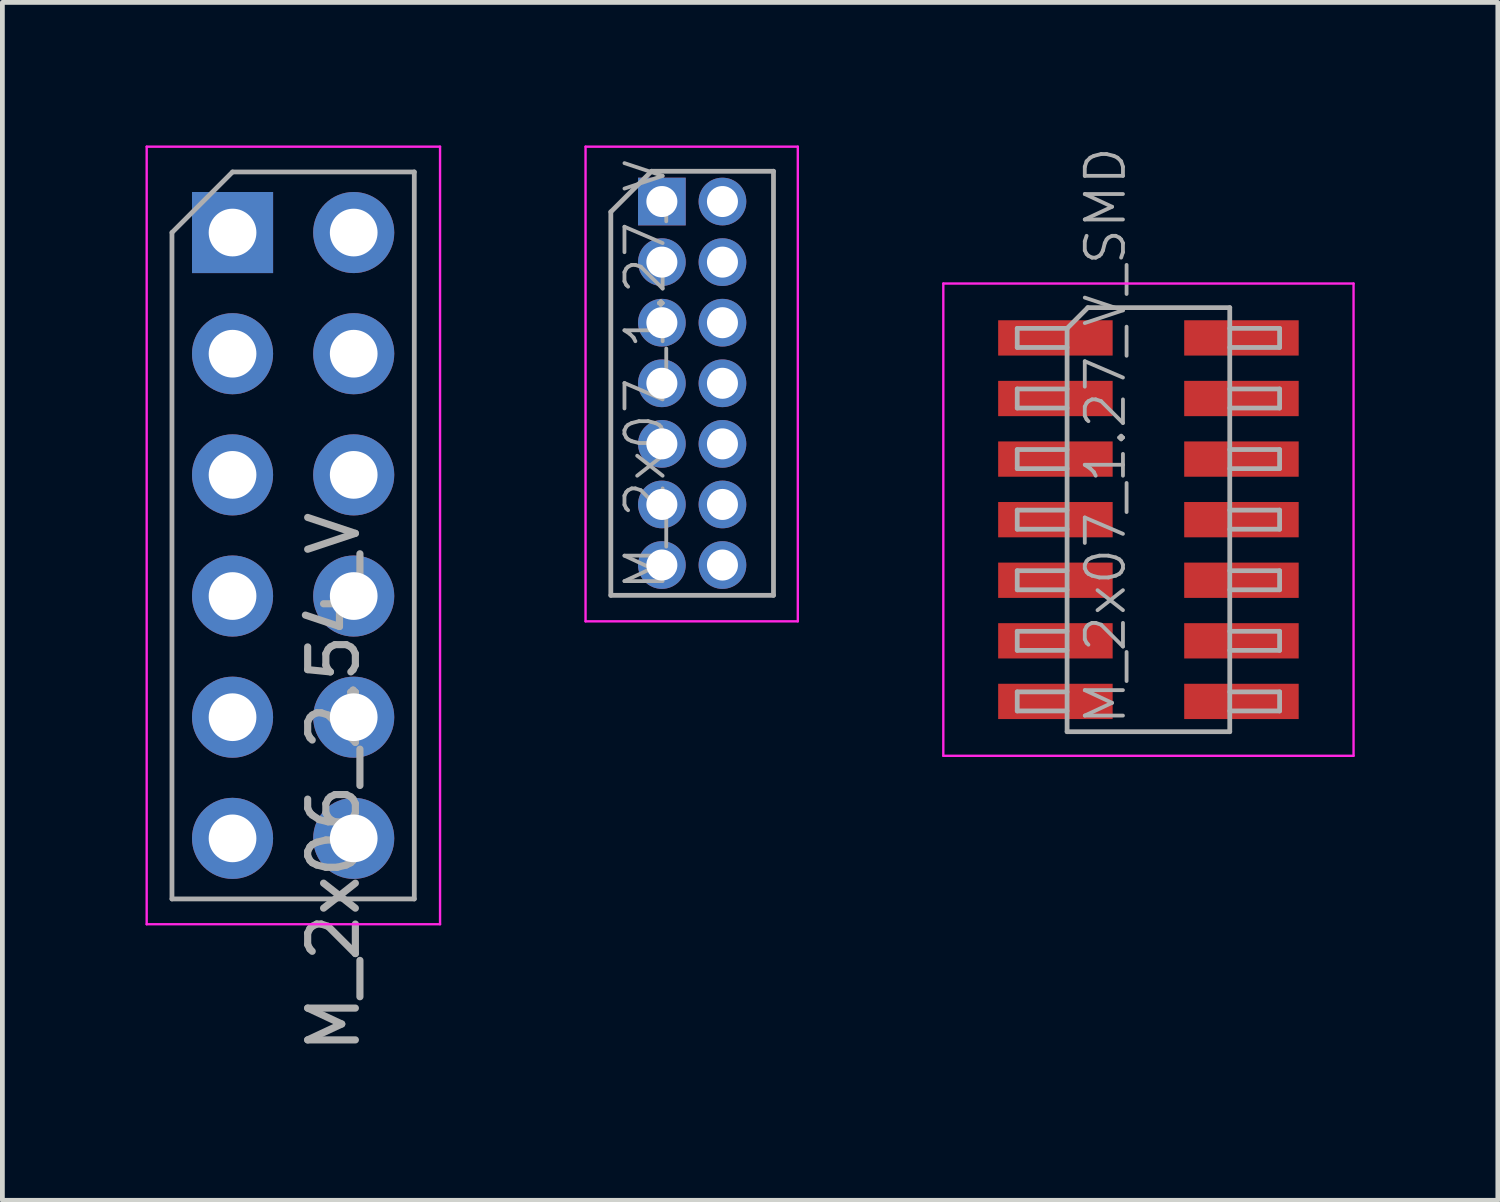
<source format=kicad_pcb>
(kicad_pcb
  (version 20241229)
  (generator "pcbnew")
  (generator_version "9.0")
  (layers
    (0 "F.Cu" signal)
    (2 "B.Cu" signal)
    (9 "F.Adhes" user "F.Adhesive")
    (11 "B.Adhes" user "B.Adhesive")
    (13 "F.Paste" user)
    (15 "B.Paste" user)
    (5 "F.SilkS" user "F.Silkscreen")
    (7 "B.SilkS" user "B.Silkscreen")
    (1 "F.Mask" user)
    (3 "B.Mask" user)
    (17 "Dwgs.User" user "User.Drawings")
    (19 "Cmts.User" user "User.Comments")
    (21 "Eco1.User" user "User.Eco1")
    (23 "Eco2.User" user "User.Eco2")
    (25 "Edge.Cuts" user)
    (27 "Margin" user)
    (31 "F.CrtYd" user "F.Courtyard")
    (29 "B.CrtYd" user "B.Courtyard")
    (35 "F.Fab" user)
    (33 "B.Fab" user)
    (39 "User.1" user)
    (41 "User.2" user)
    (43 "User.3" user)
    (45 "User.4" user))
  (footprint "M_2x07_1.27_V"
    (layer "F.Cu")
    (at 10.825 1.175)
    (property "Reference" "M_2x07_1.27_V" (at -0.35 8.2 90) (unlocked yes) (layer "F.Fab") (effects (font (size 0.8 0.8) (thickness 0.08)) (justify left)))
    (attr through_hole)
    (fp_line (start -1.6 -1.15) (end -1.6 8.8) (stroke (width 0.05) (type solid)) (layer "F.CrtYd"))
    (fp_line (start -1.6 8.8) (end 2.85 8.8) (stroke (width 0.05) (type solid)) (layer "F.CrtYd"))
    (fp_line (start 2.85 -1.15) (end -1.6 -1.15) (stroke (width 0.05) (type solid)) (layer "F.CrtYd"))
    (fp_line (start 2.85 8.8) (end 2.85 -1.15) (stroke (width 0.05) (type solid)) (layer "F.CrtYd"))
    (fp_line (start -1.07 0.217) (end -0.217 -0.635) (stroke (width 0.1) (type solid)) (layer "F.Fab"))
    (fp_line (start -1.07 8.255) (end -1.07 0.217) (stroke (width 0.1) (type solid)) (layer "F.Fab"))
    (fp_line (start -0.217 -0.635) (end 2.34 -0.635) (stroke (width 0.1) (type solid)) (layer "F.Fab"))
    (fp_line (start 2.34 -0.635) (end 2.34 8.255) (stroke (width 0.1) (type solid)) (layer "F.Fab"))
    (fp_line (start 2.34 8.255) (end -1.07 8.255) (stroke (width 0.1) (type solid)) (layer "F.Fab"))
    (pad "1" thru_hole rect (at 0 0) (size 1 1) (drill 0.65) (layers "*.Cu" "*.Mask"))
    (pad "2" thru_hole oval (at 1.27 0) (size 1 1) (drill 0.65) (layers "*.Cu" "*.Mask"))
    (pad "3" thru_hole oval (at 0 1.27) (size 1 1) (drill 0.65) (layers "*.Cu" "*.Mask"))
    (pad "4" thru_hole oval (at 1.27 1.27) (size 1 1) (drill 0.65) (layers "*.Cu" "*.Mask"))
    (pad "5" thru_hole oval (at 0 2.54) (size 1 1) (drill 0.65) (layers "*.Cu" "*.Mask"))
    (pad "6" thru_hole oval (at 1.27 2.54) (size 1 1) (drill 0.65) (layers "*.Cu" "*.Mask"))
    (pad "7" thru_hole oval (at 0 3.81) (size 1 1) (drill 0.65) (layers "*.Cu" "*.Mask"))
    (pad "8" thru_hole oval (at 1.27 3.81) (size 1 1) (drill 0.65) (layers "*.Cu" "*.Mask"))
    (pad "9" thru_hole oval (at 0 5.08) (size 1 1) (drill 0.65) (layers "*.Cu" "*.Mask"))
    (pad "10" thru_hole oval (at 1.27 5.08) (size 1 1) (drill 0.65) (layers "*.Cu" "*.Mask"))
    (pad "11" thru_hole oval (at 0 6.35) (size 1 1) (drill 0.65) (layers "*.Cu" "*.Mask"))
    (pad "12" thru_hole oval (at 1.27 6.35) (size 1 1) (drill 0.65) (layers "*.Cu" "*.Mask"))
    (pad "13" thru_hole oval (at 0 7.62) (size 1 1) (drill 0.65) (layers "*.Cu" "*.Mask"))
    (pad "14" thru_hole oval (at 1.27 7.62) (size 1 1) (drill 0.65) (layers "*.Cu" "*.Mask")))
  (footprint "M_2x06_2.54_V"
    (layer "F.Cu")
    (at 1.825 1.825)
    (property "Reference" "M_2x06_2.54_V" (at 2.12 11.52 90) (layer "F.Fab") (effects (font (size 1 1) (thickness 0.15))))
    (attr through_hole exclude_from_bom)
    (fp_line (start -1.8 -1.8) (end -1.8 14.5) (stroke (width 0.05) (type solid)) (layer "F.CrtYd"))
    (fp_line (start -1.8 14.5) (end 4.35 14.5) (stroke (width 0.05) (type solid)) (layer "F.CrtYd"))
    (fp_line (start 4.35 -1.8) (end -1.8 -1.8) (stroke (width 0.05) (type solid)) (layer "F.CrtYd"))
    (fp_line (start 4.35 14.5) (end 4.35 -1.8) (stroke (width 0.05) (type solid)) (layer "F.CrtYd"))
    (fp_line (start -1.27 0) (end 0 -1.27) (stroke (width 0.1) (type solid)) (layer "F.Fab"))
    (fp_line (start -1.27 13.97) (end -1.27 0) (stroke (width 0.1) (type solid)) (layer "F.Fab"))
    (fp_line (start 0 -1.27) (end 3.81 -1.27) (stroke (width 0.1) (type solid)) (layer "F.Fab"))
    (fp_line (start 3.81 -1.27) (end 3.81 13.97) (stroke (width 0.1) (type solid)) (layer "F.Fab"))
    (fp_line (start 3.81 13.97) (end -1.27 13.97) (stroke (width 0.1) (type solid)) (layer "F.Fab"))
    (pad "1" thru_hole rect (at 0 0) (size 1.7 1.7) (drill 1) (layers "*.Cu" "*.Mask"))
    (pad "2" thru_hole oval (at 2.54 0) (size 1.7 1.7) (drill 1) (layers "*.Cu" "*.Mask"))
    (pad "3" thru_hole oval (at 0 2.54) (size 1.7 1.7) (drill 1) (layers "*.Cu" "*.Mask"))
    (pad "4" thru_hole oval (at 2.54 2.54) (size 1.7 1.7) (drill 1) (layers "*.Cu" "*.Mask"))
    (pad "5" thru_hole oval (at 0 5.08) (size 1.7 1.7) (drill 1) (layers "*.Cu" "*.Mask"))
    (pad "6" thru_hole oval (at 2.54 5.08) (size 1.7 1.7) (drill 1) (layers "*.Cu" "*.Mask"))
    (pad "7" thru_hole oval (at 0 7.62) (size 1.7 1.7) (drill 1) (layers "*.Cu" "*.Mask"))
    (pad "8" thru_hole oval (at 2.54 7.62) (size 1.7 1.7) (drill 1) (layers "*.Cu" "*.Mask"))
    (pad "9" thru_hole oval (at 0 10.16) (size 1.7 1.7) (drill 1) (layers "*.Cu" "*.Mask"))
    (pad "10" thru_hole oval (at 2.54 10.16) (size 1.7 1.7) (drill 1) (layers "*.Cu" "*.Mask"))
    (pad "11" thru_hole oval (at 0 12.7) (size 1.7 1.7) (drill 1) (layers "*.Cu" "*.Mask"))
    (pad "12" thru_hole oval (at 2.54 12.7) (size 1.7 1.7) (drill 1) (layers "*.Cu" "*.Mask")))
  (footprint "M_2x07_1.27_V_SMD"
    (layer "F.Cu")
    (at 21.025 7.844)
    (property "Reference" "M_2x07_1.27_V_SMD" (at -0.9 4.35 90) (unlocked yes) (layer "F.Fab") (effects (font (size 0.8 0.8) (thickness 0.08)) (justify left)))
    (attr smd)
    (fp_line (start -4.3 -4.95) (end -4.3 4.95) (stroke (width 0.05) (type solid)) (layer "F.CrtYd"))
    (fp_line (start -4.3 4.95) (end 4.3 4.95) (stroke (width 0.05) (type solid)) (layer "F.CrtYd"))
    (fp_line (start 4.3 -4.95) (end -4.3 -4.95) (stroke (width 0.05) (type solid)) (layer "F.CrtYd"))
    (fp_line (start 4.3 4.95) (end 4.3 -4.95) (stroke (width 0.05) (type solid)) (layer "F.CrtYd"))
    (fp_line (start -2.75 -4.01) (end -2.75 -3.61) (stroke (width 0.1) (type solid)) (layer "F.Fab"))
    (fp_line (start -2.75 -3.61) (end -1.705 -3.61) (stroke (width 0.1) (type solid)) (layer "F.Fab"))
    (fp_line (start -2.75 -2.74) (end -2.75 -2.34) (stroke (width 0.1) (type solid)) (layer "F.Fab"))
    (fp_line (start -2.75 -2.34) (end -1.705 -2.34) (stroke (width 0.1) (type solid)) (layer "F.Fab"))
    (fp_line (start -2.75 -1.47) (end -2.75 -1.07) (stroke (width 0.1) (type solid)) (layer "F.Fab"))
    (fp_line (start -2.75 -1.07) (end -1.705 -1.07) (stroke (width 0.1) (type solid)) (layer "F.Fab"))
    (fp_line (start -2.75 -0.2) (end -2.75 0.2) (stroke (width 0.1) (type solid)) (layer "F.Fab"))
    (fp_line (start -2.75 0.2) (end -1.705 0.2) (stroke (width 0.1) (type solid)) (layer "F.Fab"))
    (fp_line (start -2.75 1.07) (end -2.75 1.47) (stroke (width 0.1) (type solid)) (layer "F.Fab"))
    (fp_line (start -2.75 1.47) (end -1.705 1.47) (stroke (width 0.1) (type solid)) (layer "F.Fab"))
    (fp_line (start -2.75 2.34) (end -2.75 2.74) (stroke (width 0.1) (type solid)) (layer "F.Fab"))
    (fp_line (start -2.75 2.74) (end -1.705 2.74) (stroke (width 0.1) (type solid)) (layer "F.Fab"))
    (fp_line (start -2.75 3.61) (end -2.75 4.01) (stroke (width 0.1) (type solid)) (layer "F.Fab"))
    (fp_line (start -2.75 4.01) (end -1.705 4.01) (stroke (width 0.1) (type solid)) (layer "F.Fab"))
    (fp_line (start -1.705 -4.01) (end -2.75 -4.01) (stroke (width 0.1) (type solid)) (layer "F.Fab"))
    (fp_line (start -1.705 -4.01) (end -1.27 -4.445) (stroke (width 0.1) (type solid)) (layer "F.Fab"))
    (fp_line (start -1.705 -2.74) (end -2.75 -2.74) (stroke (width 0.1) (type solid)) (layer "F.Fab"))
    (fp_line (start -1.705 -1.47) (end -2.75 -1.47) (stroke (width 0.1) (type solid)) (layer "F.Fab"))
    (fp_line (start -1.705 -0.2) (end -2.75 -0.2) (stroke (width 0.1) (type solid)) (layer "F.Fab"))
    (fp_line (start -1.705 1.07) (end -2.75 1.07) (stroke (width 0.1) (type solid)) (layer "F.Fab"))
    (fp_line (start -1.705 2.34) (end -2.75 2.34) (stroke (width 0.1) (type solid)) (layer "F.Fab"))
    (fp_line (start -1.705 3.61) (end -2.75 3.61) (stroke (width 0.1) (type solid)) (layer "F.Fab"))
    (fp_line (start -1.705 4.445) (end -1.705 -4.01) (stroke (width 0.1) (type solid)) (layer "F.Fab"))
    (fp_line (start -1.27 -4.445) (end 1.705 -4.445) (stroke (width 0.1) (type solid)) (layer "F.Fab"))
    (fp_line (start 1.705 -4.445) (end 1.705 4.445) (stroke (width 0.1) (type solid)) (layer "F.Fab"))
    (fp_line (start 1.705 -4.01) (end 2.75 -4.01) (stroke (width 0.1) (type solid)) (layer "F.Fab"))
    (fp_line (start 1.705 -2.74) (end 2.75 -2.74) (stroke (width 0.1) (type solid)) (layer "F.Fab"))
    (fp_line (start 1.705 -1.47) (end 2.75 -1.47) (stroke (width 0.1) (type solid)) (layer "F.Fab"))
    (fp_line (start 1.705 -0.2) (end 2.75 -0.2) (stroke (width 0.1) (type solid)) (layer "F.Fab"))
    (fp_line (start 1.705 1.07) (end 2.75 1.07) (stroke (width 0.1) (type solid)) (layer "F.Fab"))
    (fp_line (start 1.705 2.34) (end 2.75 2.34) (stroke (width 0.1) (type solid)) (layer "F.Fab"))
    (fp_line (start 1.705 3.61) (end 2.75 3.61) (stroke (width 0.1) (type solid)) (layer "F.Fab"))
    (fp_line (start 1.705 4.445) (end -1.705 4.445) (stroke (width 0.1) (type solid)) (layer "F.Fab"))
    (fp_line (start 2.75 -4.01) (end 2.75 -3.61) (stroke (width 0.1) (type solid)) (layer "F.Fab"))
    (fp_line (start 2.75 -3.61) (end 1.705 -3.61) (stroke (width 0.1) (type solid)) (layer "F.Fab"))
    (fp_line (start 2.75 -2.74) (end 2.75 -2.34) (stroke (width 0.1) (type solid)) (layer "F.Fab"))
    (fp_line (start 2.75 -2.34) (end 1.705 -2.34) (stroke (width 0.1) (type solid)) (layer "F.Fab"))
    (fp_line (start 2.75 -1.47) (end 2.75 -1.07) (stroke (width 0.1) (type solid)) (layer "F.Fab"))
    (fp_line (start 2.75 -1.07) (end 1.705 -1.07) (stroke (width 0.1) (type solid)) (layer "F.Fab"))
    (fp_line (start 2.75 -0.2) (end 2.75 0.2) (stroke (width 0.1) (type solid)) (layer "F.Fab"))
    (fp_line (start 2.75 0.2) (end 1.705 0.2) (stroke (width 0.1) (type solid)) (layer "F.Fab"))
    (fp_line (start 2.75 1.07) (end 2.75 1.47) (stroke (width 0.1) (type solid)) (layer "F.Fab"))
    (fp_line (start 2.75 1.47) (end 1.705 1.47) (stroke (width 0.1) (type solid)) (layer "F.Fab"))
    (fp_line (start 2.75 2.34) (end 2.75 2.74) (stroke (width 0.1) (type solid)) (layer "F.Fab"))
    (fp_line (start 2.75 2.74) (end 1.705 2.74) (stroke (width 0.1) (type solid)) (layer "F.Fab"))
    (fp_line (start 2.75 3.61) (end 2.75 4.01) (stroke (width 0.1) (type solid)) (layer "F.Fab"))
    (fp_line (start 2.75 4.01) (end 1.705 4.01) (stroke (width 0.1) (type solid)) (layer "F.Fab"))
    (pad "1" smd rect (at -1.95 -3.81) (size 2.4 0.74) (layers "F.Cu" "F.Mask" "F.Paste"))
    (pad "2" smd rect (at 1.95 -3.81) (size 2.4 0.74) (layers "F.Cu" "F.Mask" "F.Paste"))
    (pad "3" smd rect (at -1.95 -2.54) (size 2.4 0.74) (layers "F.Cu" "F.Mask" "F.Paste"))
    (pad "4" smd rect (at 1.95 -2.54) (size 2.4 0.74) (layers "F.Cu" "F.Mask" "F.Paste"))
    (pad "5" smd rect (at -1.95 -1.27) (size 2.4 0.74) (layers "F.Cu" "F.Mask" "F.Paste"))
    (pad "6" smd rect (at 1.95 -1.27) (size 2.4 0.74) (layers "F.Cu" "F.Mask" "F.Paste"))
    (pad "7" smd rect (at -1.95 0) (size 2.4 0.74) (layers "F.Cu" "F.Mask" "F.Paste"))
    (pad "8" smd rect (at 1.95 0) (size 2.4 0.74) (layers "F.Cu" "F.Mask" "F.Paste"))
    (pad "9" smd rect (at -1.95 1.27) (size 2.4 0.74) (layers "F.Cu" "F.Mask" "F.Paste"))
    (pad "10" smd rect (at 1.95 1.27) (size 2.4 0.74) (layers "F.Cu" "F.Mask" "F.Paste"))
    (pad "11" smd rect (at -1.95 2.54) (size 2.4 0.74) (layers "F.Cu" "F.Mask" "F.Paste"))
    (pad "12" smd rect (at 1.95 2.54) (size 2.4 0.74) (layers "F.Cu" "F.Mask" "F.Paste"))
    (pad "13" smd rect (at -1.95 3.81) (size 2.4 0.74) (layers "F.Cu" "F.Mask" "F.Paste"))
    (pad "14" smd rect (at 1.95 3.81) (size 2.4 0.74) (layers "F.Cu" "F.Mask" "F.Paste")))
  (gr_rect
    (start -3 -3)
    (end 28.35 22.113)
    (stroke (width 0.1) (type default))
    (fill no)
    (layer "Edge.Cuts")))
</source>
